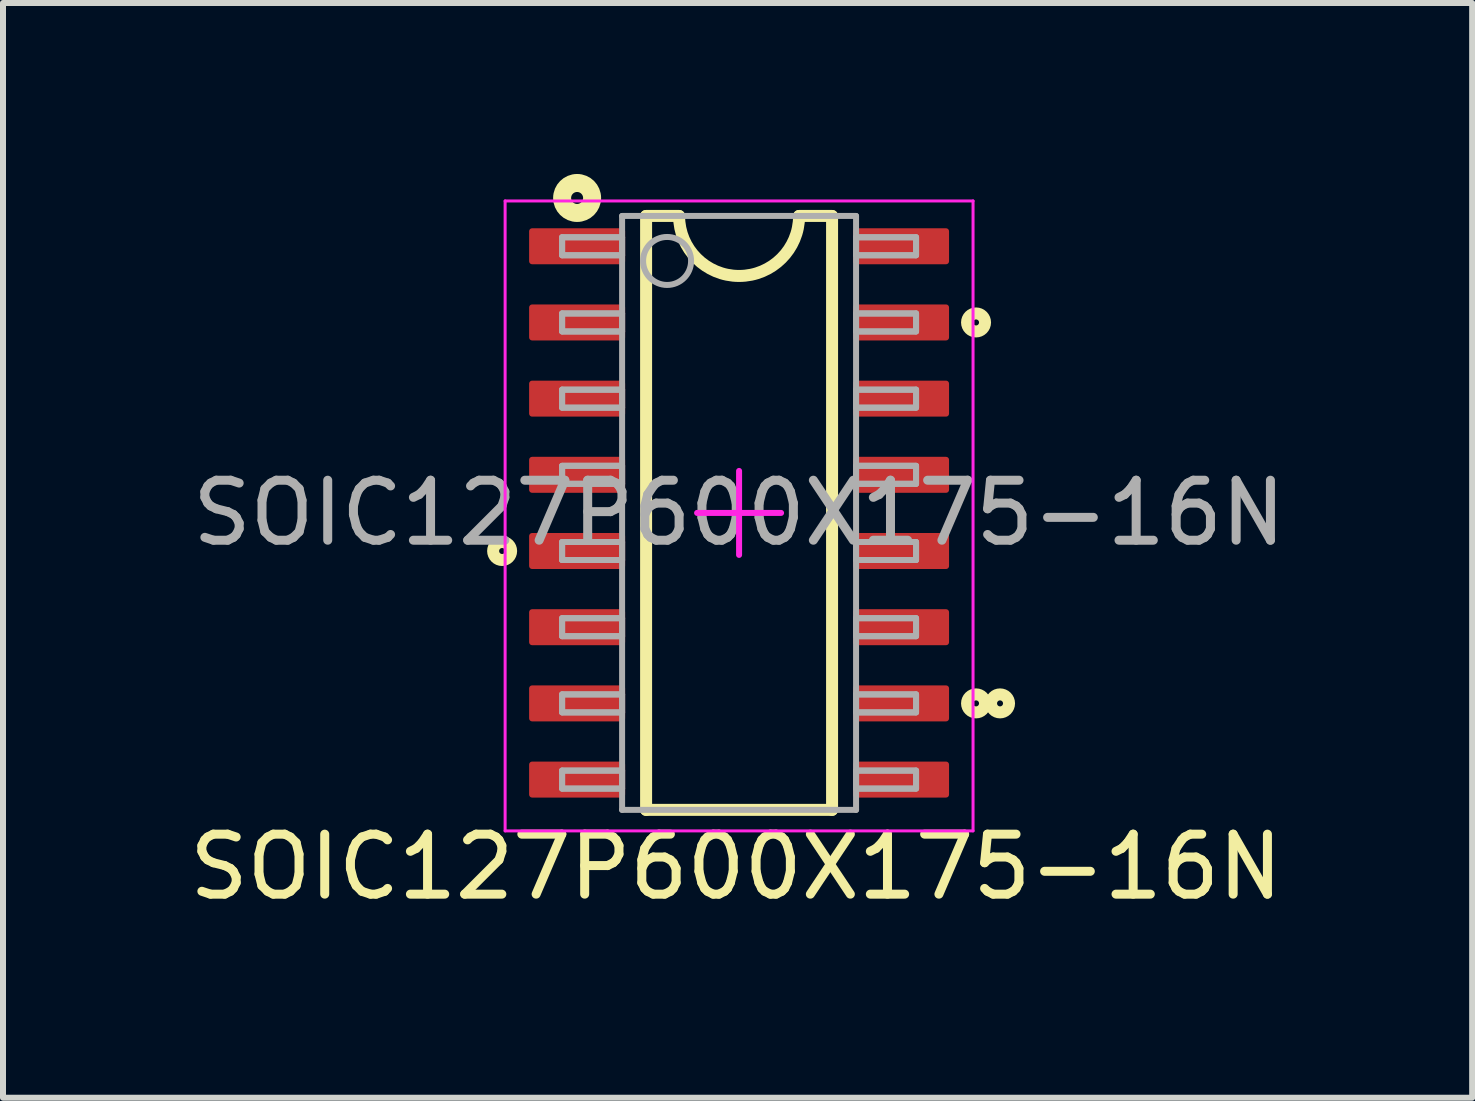
<source format=kicad_pcb>
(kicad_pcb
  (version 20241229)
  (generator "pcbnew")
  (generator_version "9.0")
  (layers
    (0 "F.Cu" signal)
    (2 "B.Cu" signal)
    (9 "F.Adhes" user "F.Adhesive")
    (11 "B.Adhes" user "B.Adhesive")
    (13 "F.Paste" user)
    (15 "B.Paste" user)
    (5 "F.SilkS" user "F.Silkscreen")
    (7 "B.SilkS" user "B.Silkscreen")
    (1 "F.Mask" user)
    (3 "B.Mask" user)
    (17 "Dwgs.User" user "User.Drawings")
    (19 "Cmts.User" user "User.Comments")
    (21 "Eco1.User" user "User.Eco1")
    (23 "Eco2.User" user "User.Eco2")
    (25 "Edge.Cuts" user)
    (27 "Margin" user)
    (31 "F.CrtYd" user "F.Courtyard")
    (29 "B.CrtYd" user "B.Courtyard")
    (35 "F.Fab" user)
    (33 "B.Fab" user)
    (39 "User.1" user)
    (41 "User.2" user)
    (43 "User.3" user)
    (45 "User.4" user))
  (footprint "SOIC127P600X175-16N"
    (layer "F.Cu")
    (at 9.27 5.5)
    (property "Reference" "SOIC127P600X175-16N" (at -0.05 5.9 0) (layer "F.SilkS") (effects (font (size 1 1) (thickness 0.15))))
    (attr smd)
    (fp_line (start -1.55 -4.95) (end -1.55 4.95) (stroke (width 0.2) (type solid)) (layer "F.SilkS"))
    (fp_line (start -1.55 4.95) (end 1.55 4.95) (stroke (width 0.2) (type solid)) (layer "F.SilkS"))
    (fp_line (start -1 -4.95) (end -1.55 -4.95) (stroke (width 0.2) (type solid)) (layer "F.SilkS"))
    (fp_line (start 1.55 -4.95) (end 1 -4.95) (stroke (width 0.2) (type solid)) (layer "F.SilkS"))
    (fp_line (start 1.55 4.95) (end 1.55 -4.95) (stroke (width 0.2) (type solid)) (layer "F.SilkS"))
    (fp_arc (start 1 -4.95) (mid 0 -3.95) (end -1 -4.95) (stroke (width 0.2) (type solid)) (layer "F.SilkS"))
    (fp_circle (center -3.95 0.635) (end -3.95 0.685) (stroke (width 0.2) (type solid)) (fill no) (layer "F.SilkS"))
    (fp_circle (center -2.7 -5.25) (end -2.7 -5.15) (stroke (width 0.3) (type solid)) (fill no) (layer "F.SilkS"))
    (fp_circle (center 3.95 -3.175) (end 3.95 -3.225) (stroke (width 0.2) (type solid)) (fill no) (layer "F.SilkS"))
    (fp_circle (center 3.95 3.175) (end 3.95 3.125) (stroke (width 0.2) (type solid)) (fill no) (layer "F.SilkS"))
    (fp_circle (center 4.35 3.175) (end 4.35 3.125) (stroke (width 0.2) (type solid)) (fill no) (layer "F.SilkS"))
    (fp_line (start -3.9 -5.2) (end 3.9 -5.2) (stroke (width 0.05) (type solid)) (layer "F.CrtYd"))
    (fp_line (start -3.9 5.3) (end -3.9 -5.2) (stroke (width 0.05) (type solid)) (layer "F.CrtYd"))
    (fp_line (start 0 0.7) (end 0 -0.7) (stroke (width 0.1) (type solid)) (layer "F.CrtYd"))
    (fp_line (start 0.7 0) (end -0.7 0) (stroke (width 0.1) (type solid)) (layer "F.CrtYd"))
    (fp_line (start 3.9 -5.2) (end 3.9 5.3) (stroke (width 0.05) (type solid)) (layer "F.CrtYd"))
    (fp_line (start 3.9 5.3) (end -3.9 5.3) (stroke (width 0.05) (type solid)) (layer "F.CrtYd"))
    (fp_line (start -2.95 -4.595) (end -2.95 -4.295) (stroke (width 0.1) (type solid)) (layer "F.Fab"))
    (fp_line (start -2.95 -4.295) (end -1.95 -4.295) (stroke (width 0.1) (type solid)) (layer "F.Fab"))
    (fp_line (start -2.95 -3.325) (end -2.95 -3.025) (stroke (width 0.1) (type solid)) (layer "F.Fab"))
    (fp_line (start -2.95 -3.025) (end -1.95 -3.025) (stroke (width 0.1) (type solid)) (layer "F.Fab"))
    (fp_line (start -2.95 -2.055) (end -2.95 -1.755) (stroke (width 0.1) (type solid)) (layer "F.Fab"))
    (fp_line (start -2.95 -1.755) (end -1.95 -1.755) (stroke (width 0.1) (type solid)) (layer "F.Fab"))
    (fp_line (start -2.95 -0.785) (end -2.95 -0.485) (stroke (width 0.1) (type solid)) (layer "F.Fab"))
    (fp_line (start -2.95 -0.485) (end -1.95 -0.485) (stroke (width 0.1) (type solid)) (layer "F.Fab"))
    (fp_line (start -2.95 0.485) (end -2.95 0.785) (stroke (width 0.1) (type solid)) (layer "F.Fab"))
    (fp_line (start -2.95 0.785) (end -1.95 0.785) (stroke (width 0.1) (type solid)) (layer "F.Fab"))
    (fp_line (start -2.95 1.755) (end -2.95 2.055) (stroke (width 0.1) (type solid)) (layer "F.Fab"))
    (fp_line (start -2.95 2.055) (end -1.95 2.055) (stroke (width 0.1) (type solid)) (layer "F.Fab"))
    (fp_line (start -2.95 3.025) (end -2.95 3.325) (stroke (width 0.1) (type solid)) (layer "F.Fab"))
    (fp_line (start -2.95 3.325) (end -1.95 3.325) (stroke (width 0.1) (type solid)) (layer "F.Fab"))
    (fp_line (start -2.95 4.295) (end -2.95 4.595) (stroke (width 0.1) (type solid)) (layer "F.Fab"))
    (fp_line (start -2.95 4.595) (end -1.95 4.595) (stroke (width 0.1) (type solid)) (layer "F.Fab"))
    (fp_line (start -1.95 -4.95) (end 1.95 -4.95) (stroke (width 0.1) (type solid)) (layer "F.Fab"))
    (fp_line (start -1.95 -4.595) (end -2.95 -4.595) (stroke (width 0.1) (type solid)) (layer "F.Fab"))
    (fp_line (start -1.95 -3.325) (end -2.95 -3.325) (stroke (width 0.1) (type solid)) (layer "F.Fab"))
    (fp_line (start -1.95 -2.055) (end -2.95 -2.055) (stroke (width 0.1) (type solid)) (layer "F.Fab"))
    (fp_line (start -1.95 -0.785) (end -2.95 -0.785) (stroke (width 0.1) (type solid)) (layer "F.Fab"))
    (fp_line (start -1.95 0.485) (end -2.95 0.485) (stroke (width 0.1) (type solid)) (layer "F.Fab"))
    (fp_line (start -1.95 1.755) (end -2.95 1.755) (stroke (width 0.1) (type solid)) (layer "F.Fab"))
    (fp_line (start -1.95 3.025) (end -2.95 3.025) (stroke (width 0.1) (type solid)) (layer "F.Fab"))
    (fp_line (start -1.95 4.295) (end -2.95 4.295) (stroke (width 0.1) (type solid)) (layer "F.Fab"))
    (fp_line (start -1.95 4.95) (end -1.95 -4.95) (stroke (width 0.1) (type solid)) (layer "F.Fab"))
    (fp_line (start 1.95 -4.95) (end 1.95 4.95) (stroke (width 0.1) (type solid)) (layer "F.Fab"))
    (fp_line (start 1.95 -4.295) (end 2.95 -4.295) (stroke (width 0.1) (type solid)) (layer "F.Fab"))
    (fp_line (start 1.95 -3.025) (end 2.95 -3.025) (stroke (width 0.1) (type solid)) (layer "F.Fab"))
    (fp_line (start 1.95 -1.755) (end 2.95 -1.755) (stroke (width 0.1) (type solid)) (layer "F.Fab"))
    (fp_line (start 1.95 -0.485) (end 2.95 -0.485) (stroke (width 0.1) (type solid)) (layer "F.Fab"))
    (fp_line (start 1.95 0.785) (end 2.95 0.785) (stroke (width 0.1) (type solid)) (layer "F.Fab"))
    (fp_line (start 1.95 2.055) (end 2.95 2.055) (stroke (width 0.1) (type solid)) (layer "F.Fab"))
    (fp_line (start 1.95 3.325) (end 2.95 3.325) (stroke (width 0.1) (type solid)) (layer "F.Fab"))
    (fp_line (start 1.95 4.595) (end 2.95 4.595) (stroke (width 0.1) (type solid)) (layer "F.Fab"))
    (fp_line (start 1.95 4.95) (end -1.95 4.95) (stroke (width 0.1) (type solid)) (layer "F.Fab"))
    (fp_line (start 2.95 -4.595) (end 1.95 -4.595) (stroke (width 0.1) (type solid)) (layer "F.Fab"))
    (fp_line (start 2.95 -4.295) (end 2.95 -4.595) (stroke (width 0.1) (type solid)) (layer "F.Fab"))
    (fp_line (start 2.95 -3.325) (end 1.95 -3.325) (stroke (width 0.1) (type solid)) (layer "F.Fab"))
    (fp_line (start 2.95 -3.025) (end 2.95 -3.325) (stroke (width 0.1) (type solid)) (layer "F.Fab"))
    (fp_line (start 2.95 -2.055) (end 1.95 -2.055) (stroke (width 0.1) (type solid)) (layer "F.Fab"))
    (fp_line (start 2.95 -1.755) (end 2.95 -2.055) (stroke (width 0.1) (type solid)) (layer "F.Fab"))
    (fp_line (start 2.95 -0.785) (end 1.95 -0.785) (stroke (width 0.1) (type solid)) (layer "F.Fab"))
    (fp_line (start 2.95 -0.485) (end 2.95 -0.785) (stroke (width 0.1) (type solid)) (layer "F.Fab"))
    (fp_line (start 2.95 0.485) (end 1.95 0.485) (stroke (width 0.1) (type solid)) (layer "F.Fab"))
    (fp_line (start 2.95 0.785) (end 2.95 0.485) (stroke (width 0.1) (type solid)) (layer "F.Fab"))
    (fp_line (start 2.95 1.755) (end 1.95 1.755) (stroke (width 0.1) (type solid)) (layer "F.Fab"))
    (fp_line (start 2.95 2.055) (end 2.95 1.755) (stroke (width 0.1) (type solid)) (layer "F.Fab"))
    (fp_line (start 2.95 3.025) (end 1.95 3.025) (stroke (width 0.1) (type solid)) (layer "F.Fab"))
    (fp_line (start 2.95 3.325) (end 2.95 3.025) (stroke (width 0.1) (type solid)) (layer "F.Fab"))
    (fp_line (start 2.95 4.295) (end 1.95 4.295) (stroke (width 0.1) (type solid)) (layer "F.Fab"))
    (fp_line (start 2.95 4.595) (end 2.95 4.295) (stroke (width 0.1) (type solid)) (layer "F.Fab"))
    (fp_circle (center -1.2 -4.2) (end -1.2 -4.6) (stroke (width 0.1) (type solid)) (fill no) (layer "F.Fab"))
    (fp_poly (pts (xy -2.95 -4.295) (xy -2.95 -4.595) (xy -1.95 -4.595) (xy -1.95 -4.295)) (stroke (width 0.1) (type solid)) (fill no) (layer "F.Fab"))
    (fp_poly (pts (xy -2.95 -3.025) (xy -2.95 -3.325) (xy -1.95 -3.325) (xy -1.95 -3.025)) (stroke (width 0.1) (type solid)) (fill no) (layer "F.Fab"))
    (fp_poly (pts (xy -2.95 -1.755) (xy -2.95 -2.055) (xy -1.95 -2.055) (xy -1.95 -1.755)) (stroke (width 0.1) (type solid)) (fill no) (layer "F.Fab"))
    (fp_poly (pts (xy -2.95 -0.485) (xy -2.95 -0.785) (xy -1.95 -0.785) (xy -1.95 -0.485)) (stroke (width 0.1) (type solid)) (fill no) (layer "F.Fab"))
    (fp_poly (pts (xy -2.95 0.785) (xy -2.95 0.485) (xy -1.95 0.485) (xy -1.95 0.785)) (stroke (width 0.1) (type solid)) (fill no) (layer "F.Fab"))
    (fp_poly (pts (xy -2.95 2.055) (xy -2.95 1.755) (xy -1.95 1.755) (xy -1.95 2.055)) (stroke (width 0.1) (type solid)) (fill no) (layer "F.Fab"))
    (fp_poly (pts (xy -2.95 3.325) (xy -2.95 3.025) (xy -1.95 3.025) (xy -1.95 3.325)) (stroke (width 0.1) (type solid)) (fill no) (layer "F.Fab"))
    (fp_poly (pts (xy -2.95 4.595) (xy -2.95 4.295) (xy -1.95 4.295) (xy -1.95 4.595)) (stroke (width 0.1) (type solid)) (fill no) (layer "F.Fab"))
    (fp_poly (pts (xy 2.95 -4.595) (xy 2.95 -4.295) (xy 1.95 -4.295) (xy 1.95 -4.595)) (stroke (width 0.1) (type solid)) (fill no) (layer "F.Fab"))
    (fp_poly (pts (xy 2.95 -3.325) (xy 2.95 -3.025) (xy 1.95 -3.025) (xy 1.95 -3.325)) (stroke (width 0.1) (type solid)) (fill no) (layer "F.Fab"))
    (fp_poly (pts (xy 2.95 -2.055) (xy 2.95 -1.755) (xy 1.95 -1.755) (xy 1.95 -2.055)) (stroke (width 0.1) (type solid)) (fill no) (layer "F.Fab"))
    (fp_poly (pts (xy 2.95 -0.785) (xy 2.95 -0.485) (xy 1.95 -0.485) (xy 1.95 -0.785)) (stroke (width 0.1) (type solid)) (fill no) (layer "F.Fab"))
    (fp_poly (pts (xy 2.95 0.485) (xy 2.95 0.785) (xy 1.95 0.785) (xy 1.95 0.485)) (stroke (width 0.1) (type solid)) (fill no) (layer "F.Fab"))
    (fp_poly (pts (xy 2.95 1.755) (xy 2.95 2.055) (xy 1.95 2.055) (xy 1.95 1.755)) (stroke (width 0.1) (type solid)) (fill no) (layer "F.Fab"))
    (fp_poly (pts (xy 2.95 3.025) (xy 2.95 3.325) (xy 1.95 3.325) (xy 1.95 3.025)) (stroke (width 0.1) (type solid)) (fill no) (layer "F.Fab"))
    (fp_poly (pts (xy 2.95 4.295) (xy 2.95 4.595) (xy 1.95 4.595) (xy 1.95 4.295)) (stroke (width 0.1) (type solid)) (fill no) (layer "F.Fab"))
    (fp_text user "${REFERENCE}" (at 0 0 0) (layer "F.Fab") (effects (font (size 1 1) (thickness 0.15))))
    (pad "1" smd roundrect (at -2.7 -4.445 270) (size 0.6 1.6) (layers "F.Cu" "F.Mask" "F.Paste") (roundrect_rratio 0.083))
    (pad "2" smd roundrect (at -2.7 -3.175 270) (size 0.6 1.6) (layers "F.Cu" "F.Mask" "F.Paste") (roundrect_rratio 0.083))
    (pad "3" smd roundrect (at -2.7 -1.905 270) (size 0.6 1.6) (layers "F.Cu" "F.Mask" "F.Paste") (roundrect_rratio 0.083))
    (pad "4" smd roundrect (at -2.7 -0.635 270) (size 0.6 1.6) (layers "F.Cu" "F.Mask" "F.Paste") (roundrect_rratio 0.083))
    (pad "5" smd roundrect (at -2.7 0.635 270) (size 0.6 1.6) (layers "F.Cu" "F.Mask" "F.Paste") (roundrect_rratio 0.083))
    (pad "6" smd roundrect (at -2.7 1.905 270) (size 0.6 1.6) (layers "F.Cu" "F.Mask" "F.Paste") (roundrect_rratio 0.083))
    (pad "7" smd roundrect (at -2.7 3.175 270) (size 0.6 1.6) (layers "F.Cu" "F.Mask" "F.Paste") (roundrect_rratio 0.083))
    (pad "8" smd roundrect (at -2.7 4.445 270) (size 0.6 1.6) (layers "F.Cu" "F.Mask" "F.Paste") (roundrect_rratio 0.083))
    (pad "9" smd roundrect (at 2.7 4.445 270) (size 0.6 1.6) (layers "F.Cu" "F.Mask" "F.Paste") (roundrect_rratio 0.083))
    (pad "10" smd roundrect (at 2.7 3.175 270) (size 0.6 1.6) (layers "F.Cu" "F.Mask" "F.Paste") (roundrect_rratio 0.083))
    (pad "11" smd roundrect (at 2.7 1.905 270) (size 0.6 1.6) (layers "F.Cu" "F.Mask" "F.Paste") (roundrect_rratio 0.083))
    (pad "12" smd roundrect (at 2.7 0.635 270) (size 0.6 1.6) (layers "F.Cu" "F.Mask" "F.Paste") (roundrect_rratio 0.083))
    (pad "13" smd roundrect (at 2.7 -0.635 270) (size 0.6 1.6) (layers "F.Cu" "F.Mask" "F.Paste") (roundrect_rratio 0.083))
    (pad "14" smd roundrect (at 2.7 -1.905 270) (size 0.6 1.6) (layers "F.Cu" "F.Mask" "F.Paste") (roundrect_rratio 0.083))
    (pad "15" smd roundrect (at 2.7 -3.175 270) (size 0.6 1.6) (layers "F.Cu" "F.Mask" "F.Paste") (roundrect_rratio 0.083))
    (pad "16" smd roundrect (at 2.7 -4.445 270) (size 0.6 1.6) (layers "F.Cu" "F.Mask" "F.Paste") (roundrect_rratio 0.083)))
  (gr_rect
    (start -3 -3)
    (end 21.49 15.248)
    (stroke (width 0.1) (type default))
    (fill no)
    (layer "Edge.Cuts")))
</source>
